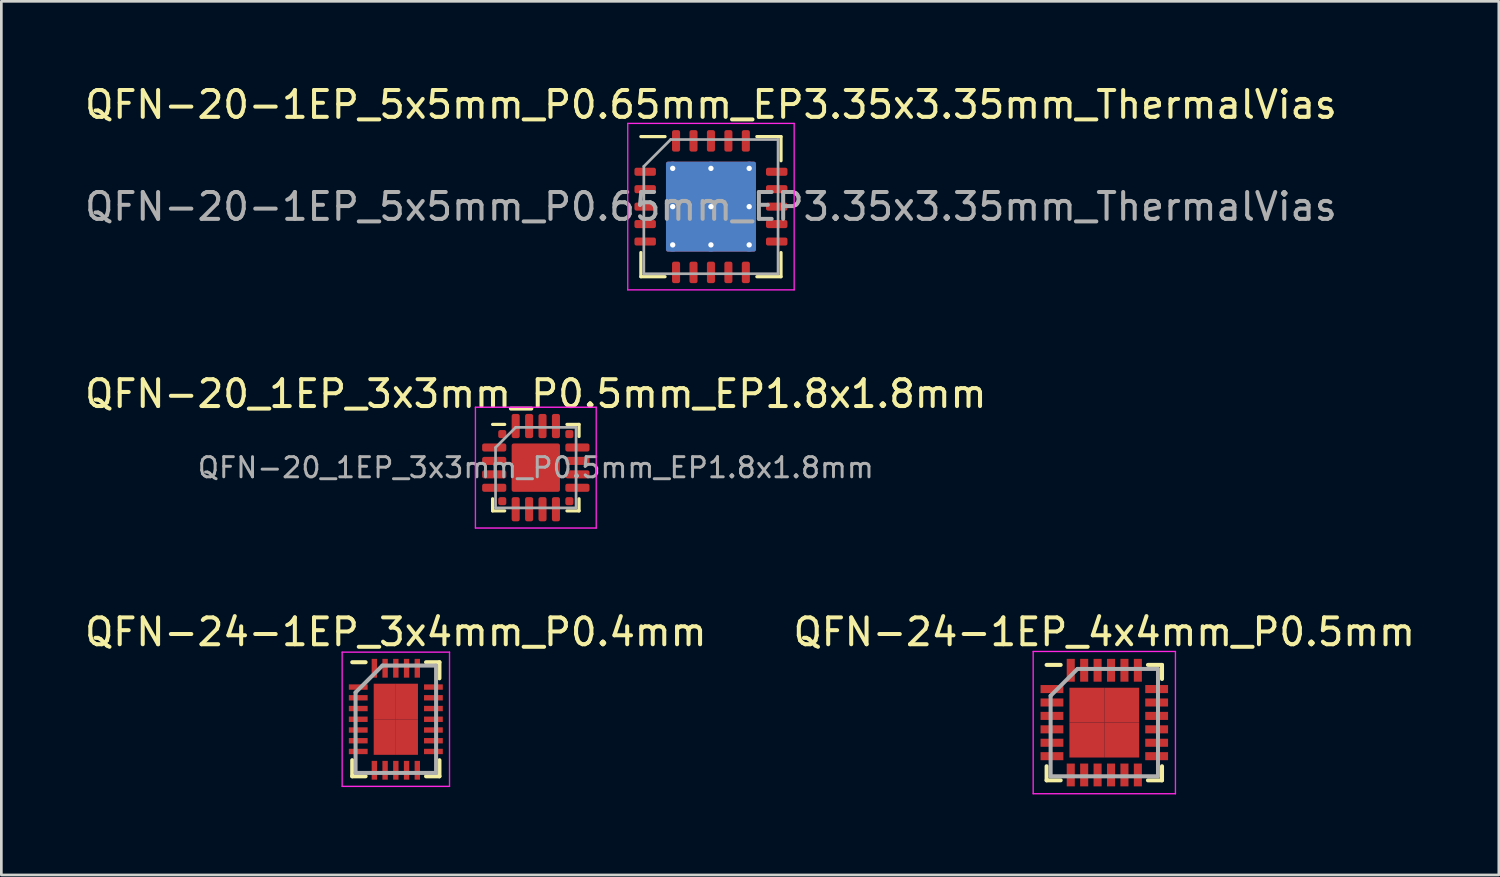
<source format=kicad_pcb>
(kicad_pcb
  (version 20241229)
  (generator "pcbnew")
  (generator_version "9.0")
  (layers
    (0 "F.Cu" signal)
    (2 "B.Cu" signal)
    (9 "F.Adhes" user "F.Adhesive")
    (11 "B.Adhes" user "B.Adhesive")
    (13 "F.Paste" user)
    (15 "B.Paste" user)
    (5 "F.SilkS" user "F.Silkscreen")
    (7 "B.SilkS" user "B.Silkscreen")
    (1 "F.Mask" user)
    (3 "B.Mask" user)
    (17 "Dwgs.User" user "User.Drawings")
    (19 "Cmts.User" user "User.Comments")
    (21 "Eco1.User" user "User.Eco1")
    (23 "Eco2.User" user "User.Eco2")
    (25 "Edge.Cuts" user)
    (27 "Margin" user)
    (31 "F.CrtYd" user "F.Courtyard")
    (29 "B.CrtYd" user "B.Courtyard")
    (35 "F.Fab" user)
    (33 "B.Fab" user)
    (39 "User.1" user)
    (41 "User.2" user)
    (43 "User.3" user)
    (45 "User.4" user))
  (footprint "QFN-24-1EP_4x4mm_P0.5mm"
    (layer "F.Cu")
    (at 38.089 23.87)
    (property "Reference" "QFN-24-1EP_4x4mm_P0.5mm" (at 0 -3.375 0) (layer "F.SilkS") (effects (font (size 1 1) (thickness 0.15))))
    (attr smd)
    (fp_line (start -2.15 -2.15) (end -1.625 -2.15) (stroke (width 0.15) (type solid)) (layer "F.SilkS"))
    (fp_line (start -2.15 2.15) (end -2.15 1.625) (stroke (width 0.15) (type solid)) (layer "F.SilkS"))
    (fp_line (start -2.15 2.15) (end -1.625 2.15) (stroke (width 0.15) (type solid)) (layer "F.SilkS"))
    (fp_line (start 2.15 -2.15) (end 1.625 -2.15) (stroke (width 0.15) (type solid)) (layer "F.SilkS"))
    (fp_line (start 2.15 -2.15) (end 2.15 -1.625) (stroke (width 0.15) (type solid)) (layer "F.SilkS"))
    (fp_line (start 2.15 2.15) (end 1.625 2.15) (stroke (width 0.15) (type solid)) (layer "F.SilkS"))
    (fp_line (start 2.15 2.15) (end 2.15 1.625) (stroke (width 0.15) (type solid)) (layer "F.SilkS"))
    (fp_line (start -2.65 -2.65) (end -2.65 2.65) (stroke (width 0.05) (type solid)) (layer "F.CrtYd"))
    (fp_line (start -2.65 -2.65) (end 2.65 -2.65) (stroke (width 0.05) (type solid)) (layer "F.CrtYd"))
    (fp_line (start -2.65 2.65) (end 2.65 2.65) (stroke (width 0.05) (type solid)) (layer "F.CrtYd"))
    (fp_line (start 2.65 -2.65) (end 2.65 2.65) (stroke (width 0.05) (type solid)) (layer "F.CrtYd"))
    (fp_line (start -2 -1) (end -1 -2) (stroke (width 0.15) (type solid)) (layer "F.Fab"))
    (fp_line (start -2 2) (end -2 -1) (stroke (width 0.15) (type solid)) (layer "F.Fab"))
    (fp_line (start -1 -2) (end 2 -2) (stroke (width 0.15) (type solid)) (layer "F.Fab"))
    (fp_line (start 2 -2) (end 2 2) (stroke (width 0.15) (type solid)) (layer "F.Fab"))
    (fp_line (start 2 2) (end -2 2) (stroke (width 0.15) (type solid)) (layer "F.Fab"))
    (pad "1" smd rect (at -1.95 -1.25) (size 0.85 0.3) (layers "F.Cu" "F.Mask" "F.Paste"))
    (pad "2" smd rect (at -1.95 -0.75) (size 0.85 0.3) (layers "F.Cu" "F.Mask" "F.Paste"))
    (pad "3" smd rect (at -1.95 -0.25) (size 0.85 0.3) (layers "F.Cu" "F.Mask" "F.Paste"))
    (pad "4" smd rect (at -1.95 0.25) (size 0.85 0.3) (layers "F.Cu" "F.Mask" "F.Paste"))
    (pad "5" smd rect (at -1.95 0.75) (size 0.85 0.3) (layers "F.Cu" "F.Mask" "F.Paste"))
    (pad "6" smd rect (at -1.95 1.25) (size 0.85 0.3) (layers "F.Cu" "F.Mask" "F.Paste"))
    (pad "7" smd rect (at -1.25 1.95 90) (size 0.85 0.3) (layers "F.Cu" "F.Mask" "F.Paste"))
    (pad "8" smd rect (at -0.75 1.95 90) (size 0.85 0.3) (layers "F.Cu" "F.Mask" "F.Paste"))
    (pad "9" smd rect (at -0.25 1.95 90) (size 0.85 0.3) (layers "F.Cu" "F.Mask" "F.Paste"))
    (pad "10" smd rect (at 0.25 1.95 90) (size 0.85 0.3) (layers "F.Cu" "F.Mask" "F.Paste"))
    (pad "11" smd rect (at 0.75 1.95 90) (size 0.85 0.3) (layers "F.Cu" "F.Mask" "F.Paste"))
    (pad "12" smd rect (at 1.25 1.95 90) (size 0.85 0.3) (layers "F.Cu" "F.Mask" "F.Paste"))
    (pad "13" smd rect (at 1.95 1.25) (size 0.85 0.3) (layers "F.Cu" "F.Mask" "F.Paste"))
    (pad "14" smd rect (at 1.95 0.75) (size 0.85 0.3) (layers "F.Cu" "F.Mask" "F.Paste"))
    (pad "15" smd rect (at 1.95 0.25) (size 0.85 0.3) (layers "F.Cu" "F.Mask" "F.Paste"))
    (pad "16" smd rect (at 1.95 -0.25) (size 0.85 0.3) (layers "F.Cu" "F.Mask" "F.Paste"))
    (pad "17" smd rect (at 1.95 -0.75) (size 0.85 0.3) (layers "F.Cu" "F.Mask" "F.Paste"))
    (pad "18" smd rect (at 1.95 -1.25) (size 0.85 0.3) (layers "F.Cu" "F.Mask" "F.Paste"))
    (pad "19" smd rect (at 1.25 -1.95 90) (size 0.85 0.3) (layers "F.Cu" "F.Mask" "F.Paste"))
    (pad "20" smd rect (at 0.75 -1.95 90) (size 0.85 0.3) (layers "F.Cu" "F.Mask" "F.Paste"))
    (pad "21" smd rect (at 0.25 -1.95 90) (size 0.85 0.3) (layers "F.Cu" "F.Mask" "F.Paste"))
    (pad "22" smd rect (at -0.25 -1.95 90) (size 0.85 0.3) (layers "F.Cu" "F.Mask" "F.Paste"))
    (pad "23" smd rect (at -0.75 -1.95 90) (size 0.85 0.3) (layers "F.Cu" "F.Mask" "F.Paste"))
    (pad "24" smd rect (at -1.25 -1.95 90) (size 0.85 0.3) (layers "F.Cu" "F.Mask" "F.Paste"))
    (pad "25" smd rect (at -0.65 -0.65) (size 1.3 1.3) (layers "F.Cu" "F.Mask" "F.Paste"))
    (pad "25" smd rect (at -0.65 0.65) (size 1.3 1.3) (layers "F.Cu" "F.Mask" "F.Paste"))
    (pad "25" smd rect (at 0.65 -0.65) (size 1.3 1.3) (layers "F.Cu" "F.Mask" "F.Paste"))
    (pad "25" smd rect (at 0.65 0.65) (size 1.3 1.3) (layers "F.Cu" "F.Mask" "F.Paste")))
  (footprint "QFN-24-1EP_3x4mm_P0.4mm"
    (layer "F.Cu")
    (at 11.696 23.745)
    (property "Reference" "QFN-24-1EP_3x4mm_P0.4mm" (at 0 -3.25 0) (layer "F.SilkS") (effects (font (size 1 1) (thickness 0.15))))
    (attr smd)
    (fp_line (start -1.625 -2.125) (end -1.125 -2.125) (stroke (width 0.15) (type solid)) (layer "F.SilkS"))
    (fp_line (start -1.625 2.125) (end -1.625 1.525) (stroke (width 0.15) (type solid)) (layer "F.SilkS"))
    (fp_line (start -1.625 2.125) (end -1.125 2.125) (stroke (width 0.15) (type solid)) (layer "F.SilkS"))
    (fp_line (start 1.625 -2.125) (end 1.125 -2.125) (stroke (width 0.15) (type solid)) (layer "F.SilkS"))
    (fp_line (start 1.625 -2.125) (end 1.625 -1.525) (stroke (width 0.15) (type solid)) (layer "F.SilkS"))
    (fp_line (start 1.625 2.125) (end 1.125 2.125) (stroke (width 0.15) (type solid)) (layer "F.SilkS"))
    (fp_line (start 1.625 2.125) (end 1.625 1.525) (stroke (width 0.15) (type solid)) (layer "F.SilkS"))
    (fp_line (start -2 -2.5) (end -2 2.5) (stroke (width 0.05) (type solid)) (layer "F.CrtYd"))
    (fp_line (start -2 -2.5) (end 2 -2.5) (stroke (width 0.05) (type solid)) (layer "F.CrtYd"))
    (fp_line (start -2 2.5) (end 2 2.5) (stroke (width 0.05) (type solid)) (layer "F.CrtYd"))
    (fp_line (start 2 -2.5) (end 2 2.5) (stroke (width 0.05) (type solid)) (layer "F.CrtYd"))
    (fp_line (start -1.5 -1) (end -0.5 -2) (stroke (width 0.15) (type solid)) (layer "F.Fab"))
    (fp_line (start -1.5 2) (end -1.5 -1) (stroke (width 0.15) (type solid)) (layer "F.Fab"))
    (fp_line (start -0.5 -2) (end 1.5 -2) (stroke (width 0.15) (type solid)) (layer "F.Fab"))
    (fp_line (start 1.5 -2) (end 1.5 2) (stroke (width 0.15) (type solid)) (layer "F.Fab"))
    (fp_line (start 1.5 2) (end -1.5 2) (stroke (width 0.15) (type solid)) (layer "F.Fab"))
    (pad "1" smd rect (at -1.4 -1.2) (size 0.7 0.2) (layers "F.Cu" "F.Mask" "F.Paste"))
    (pad "2" smd rect (at -1.4 -0.8) (size 0.7 0.2) (layers "F.Cu" "F.Mask" "F.Paste"))
    (pad "3" smd rect (at -1.4 -0.4) (size 0.7 0.2) (layers "F.Cu" "F.Mask" "F.Paste"))
    (pad "4" smd rect (at -1.4 0) (size 0.7 0.2) (layers "F.Cu" "F.Mask" "F.Paste"))
    (pad "5" smd rect (at -1.4 0.4) (size 0.7 0.2) (layers "F.Cu" "F.Mask" "F.Paste"))
    (pad "6" smd rect (at -1.4 0.8) (size 0.7 0.2) (layers "F.Cu" "F.Mask" "F.Paste"))
    (pad "7" smd rect (at -1.4 1.2) (size 0.7 0.2) (layers "F.Cu" "F.Mask" "F.Paste"))
    (pad "8" smd rect (at -0.8 1.9 90) (size 0.7 0.2) (layers "F.Cu" "F.Mask" "F.Paste"))
    (pad "9" smd rect (at -0.4 1.9 90) (size 0.7 0.2) (layers "F.Cu" "F.Mask" "F.Paste"))
    (pad "10" smd rect (at 0 1.9 90) (size 0.7 0.2) (layers "F.Cu" "F.Mask" "F.Paste"))
    (pad "11" smd rect (at 0.4 1.9 90) (size 0.7 0.2) (layers "F.Cu" "F.Mask" "F.Paste"))
    (pad "12" smd rect (at 0.8 1.9 90) (size 0.7 0.2) (layers "F.Cu" "F.Mask" "F.Paste"))
    (pad "13" smd rect (at 1.4 1.2) (size 0.7 0.2) (layers "F.Cu" "F.Mask" "F.Paste"))
    (pad "14" smd rect (at 1.4 0.8) (size 0.7 0.2) (layers "F.Cu" "F.Mask" "F.Paste"))
    (pad "15" smd rect (at 1.4 0.4) (size 0.7 0.2) (layers "F.Cu" "F.Mask" "F.Paste"))
    (pad "16" smd rect (at 1.4 0) (size 0.7 0.2) (layers "F.Cu" "F.Mask" "F.Paste"))
    (pad "17" smd rect (at 1.4 -0.4) (size 0.7 0.2) (layers "F.Cu" "F.Mask" "F.Paste"))
    (pad "18" smd rect (at 1.4 -0.8) (size 0.7 0.2) (layers "F.Cu" "F.Mask" "F.Paste"))
    (pad "19" smd rect (at 1.4 -1.2) (size 0.7 0.2) (layers "F.Cu" "F.Mask" "F.Paste"))
    (pad "20" smd rect (at 0.8 -1.9 90) (size 0.7 0.2) (layers "F.Cu" "F.Mask" "F.Paste"))
    (pad "21" smd rect (at 0.4 -1.9 90) (size 0.7 0.2) (layers "F.Cu" "F.Mask" "F.Paste"))
    (pad "22" smd rect (at 0 -1.9 90) (size 0.7 0.2) (layers "F.Cu" "F.Mask" "F.Paste"))
    (pad "23" smd rect (at -0.4 -1.9 90) (size 0.7 0.2) (layers "F.Cu" "F.Mask" "F.Paste"))
    (pad "24" smd rect (at -0.8 -1.9 90) (size 0.7 0.2) (layers "F.Cu" "F.Mask" "F.Paste"))
    (pad "25" smd rect (at -0.412 -0.662) (size 0.825 1.325) (layers "F.Cu" "F.Mask" "F.Paste"))
    (pad "25" smd rect (at -0.412 0.662) (size 0.825 1.325) (layers "F.Cu" "F.Mask" "F.Paste"))
    (pad "25" smd rect (at 0.412 -0.662) (size 0.825 1.325) (layers "F.Cu" "F.Mask" "F.Paste"))
    (pad "25" smd rect (at 0.412 0.662) (size 0.825 1.325) (layers "F.Cu" "F.Mask" "F.Paste")))
  (footprint "QFN-20-1EP_5x5mm_P0.65mm_EP3.35x3.35mm_ThermalVias"
    (layer "F.Cu")
    (at 23.435 4.648)
    (property "Reference" "QFN-20-1EP_5x5mm_P0.65mm_EP3.35x3.35mm_ThermalVias" (at 0 -3.8 0) (layer "F.SilkS") (effects (font (size 1 1) (thickness 0.15))))
    (attr smd)
    (fp_line (start -2.61 2.61) (end -2.61 1.71) (stroke (width 0.12) (type solid)) (layer "F.SilkS"))
    (fp_line (start -1.71 -2.61) (end -2.61 -2.61) (stroke (width 0.12) (type solid)) (layer "F.SilkS"))
    (fp_line (start -1.71 2.61) (end -2.61 2.61) (stroke (width 0.12) (type solid)) (layer "F.SilkS"))
    (fp_line (start 1.71 -2.61) (end 2.61 -2.61) (stroke (width 0.12) (type solid)) (layer "F.SilkS"))
    (fp_line (start 1.71 2.61) (end 2.61 2.61) (stroke (width 0.12) (type solid)) (layer "F.SilkS"))
    (fp_line (start 2.61 -2.61) (end 2.61 -1.71) (stroke (width 0.12) (type solid)) (layer "F.SilkS"))
    (fp_line (start 2.61 2.61) (end 2.61 1.71) (stroke (width 0.12) (type solid)) (layer "F.SilkS"))
    (fp_line (start -3.1 -3.1) (end -3.1 3.1) (stroke (width 0.05) (type solid)) (layer "F.CrtYd"))
    (fp_line (start -3.1 3.1) (end 3.1 3.1) (stroke (width 0.05) (type solid)) (layer "F.CrtYd"))
    (fp_line (start 3.1 -3.1) (end -3.1 -3.1) (stroke (width 0.05) (type solid)) (layer "F.CrtYd"))
    (fp_line (start 3.1 3.1) (end 3.1 -3.1) (stroke (width 0.05) (type solid)) (layer "F.CrtYd"))
    (fp_line (start -2.5 -1.5) (end -1.5 -2.5) (stroke (width 0.1) (type solid)) (layer "F.Fab"))
    (fp_line (start -2.5 2.5) (end -2.5 -1.5) (stroke (width 0.1) (type solid)) (layer "F.Fab"))
    (fp_line (start -1.5 -2.5) (end 2.5 -2.5) (stroke (width 0.1) (type solid)) (layer "F.Fab"))
    (fp_line (start 2.5 -2.5) (end 2.5 2.5) (stroke (width 0.1) (type solid)) (layer "F.Fab"))
    (fp_line (start 2.5 2.5) (end -2.5 2.5) (stroke (width 0.1) (type solid)) (layer "F.Fab"))
    (fp_text user "${REFERENCE}" (at 0 0 0) (layer "F.Fab") (effects (font (size 1 1) (thickness 0.15))))
    (pad "" smd roundrect (at -0.84 -0.84) (size 1.45 1.45) (layers "F.Paste") (roundrect_rratio 0.172))
    (pad "" smd roundrect (at -0.84 0.84) (size 1.45 1.45) (layers "F.Paste") (roundrect_rratio 0.172))
    (pad "" smd roundrect (at 0.84 -0.84) (size 1.45 1.45) (layers "F.Paste") (roundrect_rratio 0.172))
    (pad "" smd roundrect (at 0.84 0.84) (size 1.45 1.45) (layers "F.Paste") (roundrect_rratio 0.172))
    (pad "1" smd roundrect (at -2.45 -1.3) (size 0.8 0.3) (layers "F.Cu" "F.Mask" "F.Paste") (roundrect_rratio 0.25))
    (pad "2" smd roundrect (at -2.45 -0.65) (size 0.8 0.3) (layers "F.Cu" "F.Mask" "F.Paste") (roundrect_rratio 0.25))
    (pad "3" smd roundrect (at -2.45 0) (size 0.8 0.3) (layers "F.Cu" "F.Mask" "F.Paste") (roundrect_rratio 0.25))
    (pad "4" smd roundrect (at -2.45 0.65) (size 0.8 0.3) (layers "F.Cu" "F.Mask" "F.Paste") (roundrect_rratio 0.25))
    (pad "5" smd roundrect (at -2.45 1.3) (size 0.8 0.3) (layers "F.Cu" "F.Mask" "F.Paste") (roundrect_rratio 0.25))
    (pad "6" smd roundrect (at -1.3 2.45) (size 0.3 0.8) (layers "F.Cu" "F.Mask" "F.Paste") (roundrect_rratio 0.25))
    (pad "7" smd roundrect (at -0.65 2.45) (size 0.3 0.8) (layers "F.Cu" "F.Mask" "F.Paste") (roundrect_rratio 0.25))
    (pad "8" smd roundrect (at 0 2.45) (size 0.3 0.8) (layers "F.Cu" "F.Mask" "F.Paste") (roundrect_rratio 0.25))
    (pad "9" smd roundrect (at 0.65 2.45) (size 0.3 0.8) (layers "F.Cu" "F.Mask" "F.Paste") (roundrect_rratio 0.25))
    (pad "10" smd roundrect (at 1.3 2.45) (size 0.3 0.8) (layers "F.Cu" "F.Mask" "F.Paste") (roundrect_rratio 0.25))
    (pad "11" smd roundrect (at 2.45 1.3) (size 0.8 0.3) (layers "F.Cu" "F.Mask" "F.Paste") (roundrect_rratio 0.25))
    (pad "12" smd roundrect (at 2.45 0.65) (size 0.8 0.3) (layers "F.Cu" "F.Mask" "F.Paste") (roundrect_rratio 0.25))
    (pad "13" smd roundrect (at 2.45 0) (size 0.8 0.3) (layers "F.Cu" "F.Mask" "F.Paste") (roundrect_rratio 0.25))
    (pad "14" smd roundrect (at 2.45 -0.65) (size 0.8 0.3) (layers "F.Cu" "F.Mask" "F.Paste") (roundrect_rratio 0.25))
    (pad "15" smd roundrect (at 2.45 -1.3) (size 0.8 0.3) (layers "F.Cu" "F.Mask" "F.Paste") (roundrect_rratio 0.25))
    (pad "16" smd roundrect (at 1.3 -2.45) (size 0.3 0.8) (layers "F.Cu" "F.Mask" "F.Paste") (roundrect_rratio 0.25))
    (pad "17" smd roundrect (at 0.65 -2.45) (size 0.3 0.8) (layers "F.Cu" "F.Mask" "F.Paste") (roundrect_rratio 0.25))
    (pad "18" smd roundrect (at 0 -2.45) (size 0.3 0.8) (layers "F.Cu" "F.Mask" "F.Paste") (roundrect_rratio 0.25))
    (pad "19" smd roundrect (at -0.65 -2.45) (size 0.3 0.8) (layers "F.Cu" "F.Mask" "F.Paste") (roundrect_rratio 0.25))
    (pad "20" smd roundrect (at -1.3 -2.45) (size 0.3 0.8) (layers "F.Cu" "F.Mask" "F.Paste") (roundrect_rratio 0.25))
    (pad "21" thru_hole circle (at -1.425 -1.425) (size 0.5 0.5) (drill 0.2) (layers "*.Cu"))
    (pad "21" thru_hole circle (at -1.425 0) (size 0.5 0.5) (drill 0.2) (layers "*.Cu"))
    (pad "21" thru_hole circle (at -1.425 1.425) (size 0.5 0.5) (drill 0.2) (layers "*.Cu"))
    (pad "21" thru_hole circle (at 0 -1.425) (size 0.5 0.5) (drill 0.2) (layers "*.Cu"))
    (pad "21" thru_hole circle (at 0 0) (size 0.5 0.5) (drill 0.2) (layers "*.Cu"))
    (pad "21" smd roundrect (at 0 0) (size 3.35 3.35) (layers "F.Cu" "F.Mask") (roundrect_rratio 0.022))
    (pad "21" smd roundrect (at 0 0) (size 3.35 3.35) (layers "B.Cu") (roundrect_rratio 0.022))
    (pad "21" thru_hole circle (at 0 1.425) (size 0.5 0.5) (drill 0.2) (layers "*.Cu"))
    (pad "21" thru_hole circle (at 1.425 -1.425) (size 0.5 0.5) (drill 0.2) (layers "*.Cu"))
    (pad "21" thru_hole circle (at 1.425 0) (size 0.5 0.5) (drill 0.2) (layers "*.Cu"))
    (pad "21" thru_hole circle (at 1.425 1.425) (size 0.5 0.5) (drill 0.2) (layers "*.Cu")))
  (footprint "QFN-20_1EP_3x3mm_P0.5mm_EP1.8x1.8mm"
    (layer "F.Cu")
    (at 16.911 14.371)
    (property "Reference" "QFN-20_1EP_3x3mm_P0.5mm_EP1.8x1.8mm" (at 0 -2.75 0) (layer "F.SilkS") (effects (font (size 1 1) (thickness 0.15))))
    (attr smd)
    (fp_line (start -1.61 1.61) (end -1.61 1.16) (stroke (width 0.12) (type solid)) (layer "F.SilkS"))
    (fp_line (start -1.16 -1.61) (end -1.61 -1.61) (stroke (width 0.12) (type solid)) (layer "F.SilkS"))
    (fp_line (start -1.16 1.61) (end -1.61 1.61) (stroke (width 0.12) (type solid)) (layer "F.SilkS"))
    (fp_line (start 1.16 -1.61) (end 1.61 -1.61) (stroke (width 0.12) (type solid)) (layer "F.SilkS"))
    (fp_line (start 1.16 1.61) (end 1.61 1.61) (stroke (width 0.12) (type solid)) (layer "F.SilkS"))
    (fp_line (start 1.61 -1.61) (end 1.61 -1.16) (stroke (width 0.12) (type solid)) (layer "F.SilkS"))
    (fp_line (start 1.61 1.61) (end 1.61 1.16) (stroke (width 0.12) (type solid)) (layer "F.SilkS"))
    (fp_line (start -2.25 -2.25) (end 2.25 -2.25) (stroke (width 0.05) (type solid)) (layer "F.CrtYd"))
    (fp_line (start -2.25 2.25) (end -2.25 -2.25) (stroke (width 0.05) (type solid)) (layer "F.CrtYd"))
    (fp_line (start 2.25 -2.25) (end 2.25 2.25) (stroke (width 0.05) (type solid)) (layer "F.CrtYd"))
    (fp_line (start 2.25 2.25) (end -2.25 2.25) (stroke (width 0.05) (type solid)) (layer "F.CrtYd"))
    (fp_line (start -1.5 -0.75) (end -1.5 1.5) (stroke (width 0.1) (type solid)) (layer "F.Fab"))
    (fp_line (start -1.5 1.5) (end 1.5 1.5) (stroke (width 0.1) (type solid)) (layer "F.Fab"))
    (fp_line (start -0.75 -1.5) (end -1.5 -0.75) (stroke (width 0.1) (type solid)) (layer "F.Fab"))
    (fp_line (start 1.5 -1.5) (end -0.75 -1.5) (stroke (width 0.1) (type solid)) (layer "F.Fab"))
    (fp_line (start 1.5 1.5) (end 1.5 -1.5) (stroke (width 0.1) (type solid)) (layer "F.Fab"))
    (fp_text user "${REFERENCE}" (at 0 0 0) (layer "F.Fab") (effects (font (size 0.75 0.75) (thickness 0.11))))
    (pad "1" smd roundrect (at -1.25 -1.25 90) (size 0.3 0.3) (layers "F.Cu" "F.Mask" "F.Paste") (roundrect_rratio 0.25))
    (pad "2" smd roundrect (at -1.55 -0.75 90) (size 0.3 0.9) (layers "F.Cu" "F.Mask" "F.Paste") (roundrect_rratio 0.25))
    (pad "3" smd roundrect (at -1.55 -0.25 90) (size 0.3 0.9) (layers "F.Cu" "F.Mask" "F.Paste") (roundrect_rratio 0.25))
    (pad "4" smd roundrect (at -1.55 0.25 90) (size 0.3 0.9) (layers "F.Cu" "F.Mask" "F.Paste") (roundrect_rratio 0.25))
    (pad "5" smd roundrect (at -1.55 0.75 90) (size 0.3 0.9) (layers "F.Cu" "F.Mask" "F.Paste") (roundrect_rratio 0.25))
    (pad "6" smd roundrect (at -1.25 1.25 90) (size 0.3 0.3) (layers "F.Cu" "F.Mask" "F.Paste") (roundrect_rratio 0.25))
    (pad "7" smd roundrect (at -0.75 1.55) (size 0.3 0.9) (layers "F.Cu" "F.Mask" "F.Paste") (roundrect_rratio 0.25))
    (pad "8" smd roundrect (at -0.25 1.55) (size 0.3 0.9) (layers "F.Cu" "F.Mask" "F.Paste") (roundrect_rratio 0.25))
    (pad "9" smd roundrect (at 0.25 1.55) (size 0.3 0.9) (layers "F.Cu" "F.Mask" "F.Paste") (roundrect_rratio 0.25))
    (pad "10" smd roundrect (at 0.75 1.55) (size 0.3 0.9) (layers "F.Cu" "F.Mask" "F.Paste") (roundrect_rratio 0.25))
    (pad "11" smd roundrect (at 1.25 1.25 90) (size 0.3 0.3) (layers "F.Cu" "F.Mask" "F.Paste") (roundrect_rratio 0.25))
    (pad "12" smd roundrect (at 1.55 0.75 90) (size 0.3 0.9) (layers "F.Cu" "F.Mask" "F.Paste") (roundrect_rratio 0.25))
    (pad "13" smd roundrect (at 1.55 0.25 90) (size 0.3 0.9) (layers "F.Cu" "F.Mask" "F.Paste") (roundrect_rratio 0.25))
    (pad "14" smd roundrect (at 1.55 -0.25 90) (size 0.3 0.9) (layers "F.Cu" "F.Mask" "F.Paste") (roundrect_rratio 0.25))
    (pad "15" smd roundrect (at 1.55 -0.75 90) (size 0.3 0.9) (layers "F.Cu" "F.Mask" "F.Paste") (roundrect_rratio 0.25))
    (pad "16" smd roundrect (at 1.25 -1.25 90) (size 0.3 0.3) (layers "F.Cu" "F.Mask" "F.Paste") (roundrect_rratio 0.25))
    (pad "17" smd roundrect (at 0.75 -1.55) (size 0.3 0.9) (layers "F.Cu" "F.Mask" "F.Paste") (roundrect_rratio 0.25))
    (pad "18" smd roundrect (at 0.25 -1.55) (size 0.3 0.9) (layers "F.Cu" "F.Mask" "F.Paste") (roundrect_rratio 0.25))
    (pad "19" smd roundrect (at -0.25 -1.55) (size 0.3 0.9) (layers "F.Cu" "F.Mask" "F.Paste") (roundrect_rratio 0.25))
    (pad "20" smd roundrect (at -0.75 -1.55) (size 0.3 0.9) (layers "F.Cu" "F.Mask" "F.Paste") (roundrect_rratio 0.25))
    (pad "21" smd roundrect (at 0 0) (size 1.8 1.8) (layers "F.Cu" "F.Mask" "F.Paste") (roundrect_rratio 0.042)))
  (gr_rect
    (start -3 -3)
    (end 52.786 29.545)
    (stroke (width 0.1) (type default))
    (fill no)
    (layer "Edge.Cuts")))
</source>
